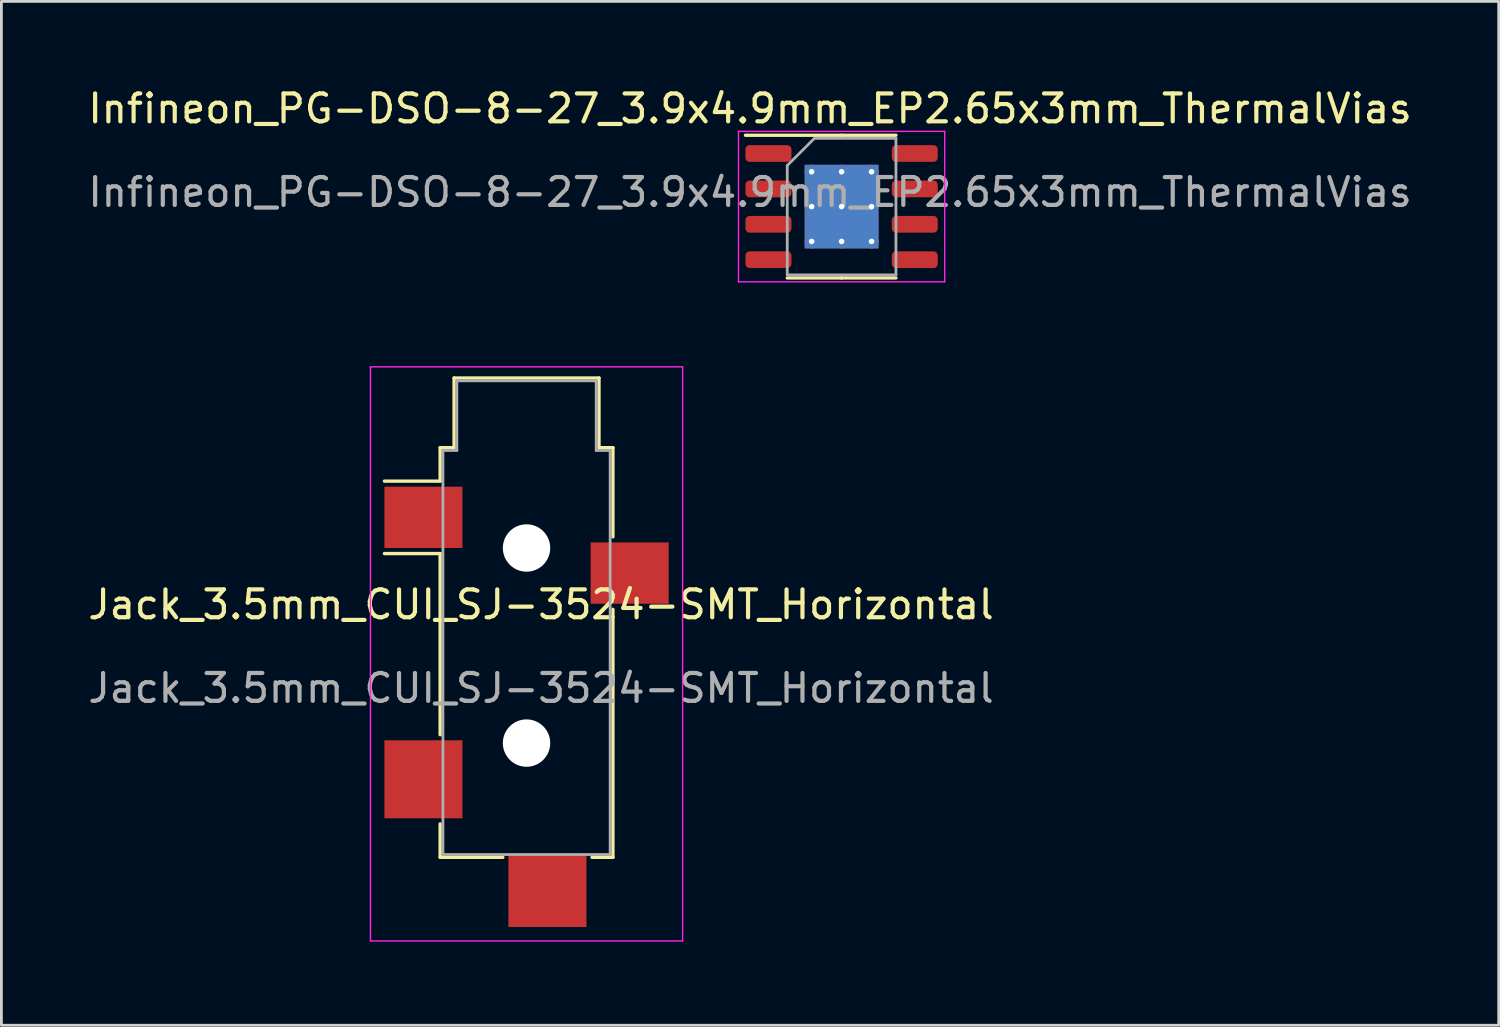
<source format=kicad_pcb>
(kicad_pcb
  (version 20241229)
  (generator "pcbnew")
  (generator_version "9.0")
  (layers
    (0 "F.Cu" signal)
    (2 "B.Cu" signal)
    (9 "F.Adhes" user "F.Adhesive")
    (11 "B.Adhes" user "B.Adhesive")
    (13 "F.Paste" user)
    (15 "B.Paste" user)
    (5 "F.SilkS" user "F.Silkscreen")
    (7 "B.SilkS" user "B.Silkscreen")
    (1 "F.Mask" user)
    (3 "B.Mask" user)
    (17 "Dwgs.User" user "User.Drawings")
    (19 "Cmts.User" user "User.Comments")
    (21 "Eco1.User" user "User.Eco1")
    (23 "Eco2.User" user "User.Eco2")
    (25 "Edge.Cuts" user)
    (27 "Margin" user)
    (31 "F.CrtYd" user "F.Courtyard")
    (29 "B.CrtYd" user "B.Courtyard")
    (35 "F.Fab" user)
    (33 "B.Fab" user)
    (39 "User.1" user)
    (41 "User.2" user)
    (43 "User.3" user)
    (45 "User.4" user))
  (footprint "Infineon_PG-DSO-8-27_3.9x4.9mm_EP2.65x3mm_ThermalVias"
    (layer "F.Cu")
    (at 23.863 1.348)
    (property "Reference" "Infineon_PG-DSO-8-27_3.9x4.9mm_EP2.65x3mm_ThermalVias" (at 0 -0.5 0) (unlocked yes) (layer "F.SilkS") (effects (font (size 1 1) (thickness 0.15))))
    (attr smd)
    (fp_line (start 3.285 0.455) (end -0.165 0.455) (stroke (width 0.12) (type solid)) (layer "F.SilkS"))
    (fp_line (start 3.285 0.455) (end 5.235 0.455) (stroke (width 0.12) (type solid)) (layer "F.SilkS"))
    (fp_line (start 3.285 5.575) (end 1.335 5.575) (stroke (width 0.12) (type solid)) (layer "F.SilkS"))
    (fp_line (start 3.285 5.575) (end 5.235 5.575) (stroke (width 0.12) (type solid)) (layer "F.SilkS"))
    (fp_line (start -0.415 0.315) (end -0.415 5.715) (stroke (width 0.05) (type solid)) (layer "F.CrtYd"))
    (fp_line (start -0.415 5.715) (end 6.985 5.715) (stroke (width 0.05) (type solid)) (layer "F.CrtYd"))
    (fp_line (start 6.985 0.315) (end -0.415 0.315) (stroke (width 0.05) (type solid)) (layer "F.CrtYd"))
    (fp_line (start 6.985 5.715) (end 6.985 0.315) (stroke (width 0.05) (type solid)) (layer "F.CrtYd"))
    (fp_line (start 1.335 1.54) (end 2.31 0.565) (stroke (width 0.1) (type solid)) (layer "F.Fab"))
    (fp_line (start 1.335 5.465) (end 1.335 1.54) (stroke (width 0.1) (type solid)) (layer "F.Fab"))
    (fp_line (start 2.31 0.565) (end 5.235 0.565) (stroke (width 0.1) (type solid)) (layer "F.Fab"))
    (fp_line (start 5.235 0.565) (end 5.235 5.465) (stroke (width 0.1) (type solid)) (layer "F.Fab"))
    (fp_line (start 5.235 5.465) (end 1.335 5.465) (stroke (width 0.1) (type solid)) (layer "F.Fab"))
    (fp_text user "${REFERENCE}" (at 0 2.5 0) (unlocked yes) (layer "F.Fab") (effects (font (size 1 1) (thickness 0.15))))
    (pad "" smd roundrect (at 2.625 2.265) (size 1.11 1.25) (layers "F.Paste") (roundrect_rratio 0.225))
    (pad "" smd roundrect (at 2.625 3.765) (size 1.11 1.25) (layers "F.Paste") (roundrect_rratio 0.225))
    (pad "" smd roundrect (at 3.945 2.265) (size 1.11 1.25) (layers "F.Paste") (roundrect_rratio 0.225))
    (pad "" smd roundrect (at 3.945 3.765) (size 1.11 1.25) (layers "F.Paste") (roundrect_rratio 0.225))
    (pad "1" smd roundrect (at 0.66 1.11) (size 1.65 0.6) (layers "F.Cu" "F.Mask" "F.Paste") (roundrect_rratio 0.25))
    (pad "2" smd roundrect (at 0.66 2.38) (size 1.65 0.6) (layers "F.Cu" "F.Mask" "F.Paste") (roundrect_rratio 0.25))
    (pad "3" smd roundrect (at 0.66 3.65) (size 1.65 0.6) (layers "F.Cu" "F.Mask" "F.Paste") (roundrect_rratio 0.25))
    (pad "4" smd roundrect (at 0.66 4.92) (size 1.65 0.6) (layers "F.Cu" "F.Mask" "F.Paste") (roundrect_rratio 0.25))
    (pad "5" smd roundrect (at 5.91 4.92) (size 1.65 0.6) (layers "F.Cu" "F.Mask" "F.Paste") (roundrect_rratio 0.25))
    (pad "6" smd roundrect (at 5.91 3.65) (size 1.65 0.6) (layers "F.Cu" "F.Mask" "F.Paste") (roundrect_rratio 0.25))
    (pad "7" smd roundrect (at 5.91 2.38) (size 1.65 0.6) (layers "F.Cu" "F.Mask" "F.Paste") (roundrect_rratio 0.25))
    (pad "8" smd roundrect (at 5.91 1.11) (size 1.65 0.6) (layers "F.Cu" "F.Mask" "F.Paste") (roundrect_rratio 0.25))
    (pad "9" thru_hole circle (at 2.21 1.765) (size 0.5 0.5) (drill 0.2) (layers "*.Cu"))
    (pad "9" thru_hole circle (at 2.21 3.015) (size 0.5 0.5) (drill 0.2) (layers "*.Cu"))
    (pad "9" thru_hole circle (at 2.21 4.265) (size 0.5 0.5) (drill 0.2) (layers "*.Cu"))
    (pad "9" thru_hole circle (at 3.285 1.765) (size 0.5 0.5) (drill 0.2) (layers "*.Cu"))
    (pad "9" thru_hole circle (at 3.285 3.015) (size 0.5 0.5) (drill 0.2) (layers "*.Cu"))
    (pad "9" smd rect (at 3.285 3.015) (size 2.65 3) (layers "F.Cu" "F.Mask"))
    (pad "9" smd rect (at 3.285 3.015) (size 2.65 3) (layers "B.Cu"))
    (pad "9" thru_hole circle (at 3.285 4.265) (size 0.5 0.5) (drill 0.2) (layers "*.Cu"))
    (pad "9" thru_hole circle (at 4.36 1.765) (size 0.5 0.5) (drill 0.2) (layers "*.Cu"))
    (pad "9" thru_hole circle (at 4.36 3.015) (size 0.5 0.5) (drill 0.2) (layers "*.Cu"))
    (pad "9" thru_hole circle (at 4.36 4.265) (size 0.5 0.5) (drill 0.2) (layers "*.Cu")))
  (footprint "Jack_3.5mm_CUI_SJ-3524-SMT_Horizontal"
    (layer "F.Cu")
    (at 16.363 19.143)
    (property "Reference" "Jack_3.5mm_CUI_SJ-3524-SMT_Horizontal" (at 0 -0.5 0) (unlocked yes) (layer "F.SilkS") (effects (font (size 1 1) (thickness 0.15))))
    (attr smd)
    (fp_line (start -3.62 -6.13) (end -3.12 -6.13) (stroke (width 0.12) (type solid)) (layer "F.SilkS"))
    (fp_line (start -3.62 -4.93) (end -5.62 -4.93) (stroke (width 0.12) (type solid)) (layer "F.SilkS"))
    (fp_line (start -3.62 -4.93) (end -3.62 -6.13) (stroke (width 0.12) (type solid)) (layer "F.SilkS"))
    (fp_line (start -3.62 -2.33) (end -5.62 -2.33) (stroke (width 0.12) (type solid)) (layer "F.SilkS"))
    (fp_line (start -3.62 4.17) (end -3.62 -2.33) (stroke (width 0.12) (type solid)) (layer "F.SilkS"))
    (fp_line (start -3.62 8.57) (end -3.62 7.37) (stroke (width 0.12) (type solid)) (layer "F.SilkS"))
    (fp_line (start -3.12 -8.63) (end 2.08 -8.63) (stroke (width 0.12) (type solid)) (layer "F.SilkS"))
    (fp_line (start -3.12 -6.13) (end -3.12 -8.63) (stroke (width 0.12) (type solid)) (layer "F.SilkS"))
    (fp_line (start -1.37 8.57) (end -3.62 8.57) (stroke (width 0.12) (type solid)) (layer "F.SilkS"))
    (fp_line (start 2.08 -8.63) (end 2.08 -6.13) (stroke (width 0.12) (type solid)) (layer "F.SilkS"))
    (fp_line (start 2.08 -6.13) (end 2.58 -6.13) (stroke (width 0.12) (type solid)) (layer "F.SilkS"))
    (fp_line (start 2.58 -6.13) (end 2.58 -2.93) (stroke (width 0.12) (type solid)) (layer "F.SilkS"))
    (fp_line (start 2.58 -0.33) (end 2.58 8.57) (stroke (width 0.12) (type solid)) (layer "F.SilkS"))
    (fp_line (start 2.58 8.57) (end 1.83 8.57) (stroke (width 0.12) (type solid)) (layer "F.SilkS"))
    (fp_line (start -6.12 -9.03) (end 5.08 -9.03) (stroke (width 0.05) (type solid)) (layer "F.CrtYd"))
    (fp_line (start -6.12 11.57) (end -6.12 -9.03) (stroke (width 0.05) (type solid)) (layer "F.CrtYd"))
    (fp_line (start 5.08 -9.03) (end 5.08 11.57) (stroke (width 0.05) (type solid)) (layer "F.CrtYd"))
    (fp_line (start 5.08 11.57) (end -6.12 11.57) (stroke (width 0.05) (type solid)) (layer "F.CrtYd"))
    (fp_line (start -3.52 -6.03) (end -3.02 -6.03) (stroke (width 0.1) (type solid)) (layer "F.Fab"))
    (fp_line (start -3.52 8.47) (end -3.52 -6.03) (stroke (width 0.1) (type solid)) (layer "F.Fab"))
    (fp_line (start -3.02 -8.53) (end 1.98 -8.53) (stroke (width 0.1) (type solid)) (layer "F.Fab"))
    (fp_line (start -3.02 -6.03) (end -3.02 -8.53) (stroke (width 0.1) (type solid)) (layer "F.Fab"))
    (fp_line (start 1.98 -8.53) (end 1.98 -6.03) (stroke (width 0.1) (type solid)) (layer "F.Fab"))
    (fp_line (start 1.98 -6.03) (end 2.48 -6.03) (stroke (width 0.1) (type solid)) (layer "F.Fab"))
    (fp_line (start 2.48 -6.03) (end 2.48 8.47) (stroke (width 0.1) (type solid)) (layer "F.Fab"))
    (fp_line (start 2.48 8.47) (end -3.52 8.47) (stroke (width 0.1) (type solid)) (layer "F.Fab"))
    (fp_text user "${REFERENCE}" (at 0 2.5 0) (unlocked yes) (layer "F.Fab") (effects (font (size 1 1) (thickness 0.15))))
    (pad "" np_thru_hole circle (at -0.52 -2.53) (size 1.7 1.7) (drill 1.7) (layers "*.Cu" "*.Mask"))
    (pad "" np_thru_hole circle (at -0.52 4.47) (size 1.7 1.7) (drill 1.7) (layers "*.Cu" "*.Mask"))
    (pad "R" smd rect (at 3.18 -1.63) (size 2.8 2.2) (layers "F.Cu" "F.Mask" "F.Paste"))
    (pad "S" smd rect (at -4.22 -3.63) (size 2.8 2.2) (layers "F.Cu" "F.Mask" "F.Paste"))
    (pad "T" smd rect (at -4.22 5.77) (size 2.8 2.8) (layers "F.Cu" "F.Mask" "F.Paste"))
    (pad "TN" smd rect (at 0.23 9.77) (size 2.8 2.6) (layers "F.Cu" "F.Mask" "F.Paste")))
  (gr_rect
    (start -3 -3)
    (end 50.726 33.738)
    (stroke (width 0.1) (type default))
    (fill no)
    (layer "Edge.Cuts")))
</source>
